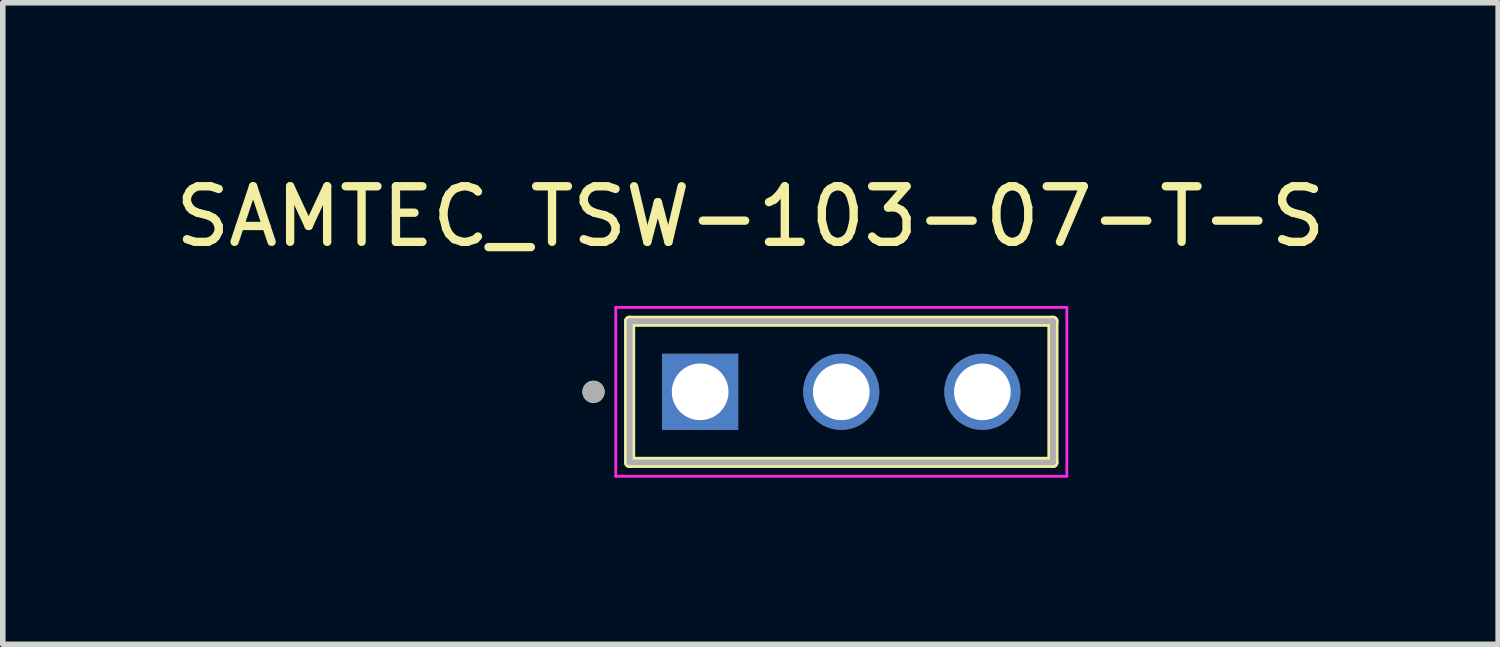
<source format=kicad_pcb>
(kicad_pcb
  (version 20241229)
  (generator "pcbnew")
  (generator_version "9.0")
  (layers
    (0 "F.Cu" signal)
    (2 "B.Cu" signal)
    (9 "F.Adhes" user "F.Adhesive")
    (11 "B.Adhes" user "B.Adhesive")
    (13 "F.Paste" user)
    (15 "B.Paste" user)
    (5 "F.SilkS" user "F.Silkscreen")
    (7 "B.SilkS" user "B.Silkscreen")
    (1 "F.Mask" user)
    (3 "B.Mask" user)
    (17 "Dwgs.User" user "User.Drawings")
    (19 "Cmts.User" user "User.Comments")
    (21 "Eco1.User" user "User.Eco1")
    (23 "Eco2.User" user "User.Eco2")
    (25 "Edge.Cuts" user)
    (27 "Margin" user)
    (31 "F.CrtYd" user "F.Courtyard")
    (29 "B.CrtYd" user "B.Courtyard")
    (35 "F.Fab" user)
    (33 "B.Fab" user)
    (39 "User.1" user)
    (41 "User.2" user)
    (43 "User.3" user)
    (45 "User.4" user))
  (footprint "SAMTEC_TSW-103-07-T-S"
    (layer "F.Cu")
    (at 12.093 4.003)
    (property "Reference" "SAMTEC_TSW-103-07-T-S" (at -1.635 -3.155 0) (layer "F.SilkS") (effects (font (size 1 1) (thickness 0.15))))
    (attr through_hole)
    (fp_line (start -3.81 1.27) (end -3.81 -1.27) (stroke (width 0.2) (type solid)) (layer "F.SilkS"))
    (fp_line (start 3.81 -1.27) (end -3.81 -1.27) (stroke (width 0.2) (type solid)) (layer "F.SilkS"))
    (fp_line (start 3.81 -1.27) (end 3.81 1.27) (stroke (width 0.2) (type solid)) (layer "F.SilkS"))
    (fp_line (start 3.81 1.27) (end -3.81 1.27) (stroke (width 0.2) (type solid)) (layer "F.SilkS"))
    (fp_circle (center -4.46 0) (end -4.36 0) (stroke (width 0.2) (type solid)) (fill no) (layer "F.SilkS"))
    (fp_line (start -4.06 -1.52) (end 4.06 -1.52) (stroke (width 0.05) (type solid)) (layer "F.CrtYd"))
    (fp_line (start -4.06 1.52) (end -4.06 -1.52) (stroke (width 0.05) (type solid)) (layer "F.CrtYd"))
    (fp_line (start 4.06 -1.52) (end 4.06 1.52) (stroke (width 0.05) (type solid)) (layer "F.CrtYd"))
    (fp_line (start 4.06 1.52) (end -4.06 1.52) (stroke (width 0.05) (type solid)) (layer "F.CrtYd"))
    (fp_line (start -3.81 -1.27) (end 3.81 -1.27) (stroke (width 0.1) (type solid)) (layer "F.Fab"))
    (fp_line (start -3.81 -1.27) (end 3.81 -1.27) (stroke (width 0.1) (type solid)) (layer "F.Fab"))
    (fp_line (start -3.81 1.27) (end -3.81 -1.27) (stroke (width 0.1) (type solid)) (layer "F.Fab"))
    (fp_line (start -3.81 1.27) (end -3.81 -1.27) (stroke (width 0.1) (type solid)) (layer "F.Fab"))
    (fp_line (start 3.81 -1.27) (end 3.81 1.27) (stroke (width 0.1) (type solid)) (layer "F.Fab"))
    (fp_line (start 3.81 -1.27) (end 3.81 1.27) (stroke (width 0.1) (type solid)) (layer "F.Fab"))
    (fp_line (start 3.81 1.27) (end -3.81 1.27) (stroke (width 0.1) (type solid)) (layer "F.Fab"))
    (fp_circle (center -4.46 0) (end -4.36 0) (stroke (width 0.2) (type solid)) (fill no) (layer "F.Fab"))
    (pad "01" thru_hole rect (at -2.54 0) (size 1.37 1.37) (drill 1.02) (layers "*.Cu" "*.Mask"))
    (pad "02" thru_hole circle (at 0 0) (size 1.37 1.37) (drill 1.02) (layers "*.Cu" "*.Mask"))
    (pad "03" thru_hole circle (at 2.54 0) (size 1.37 1.37) (drill 1.02) (layers "*.Cu" "*.Mask")))
  (gr_rect
    (start -3 -3)
    (end 23.917 8.548)
    (stroke (width 0.1) (type default))
    (fill no)
    (layer "Edge.Cuts")))
</source>
